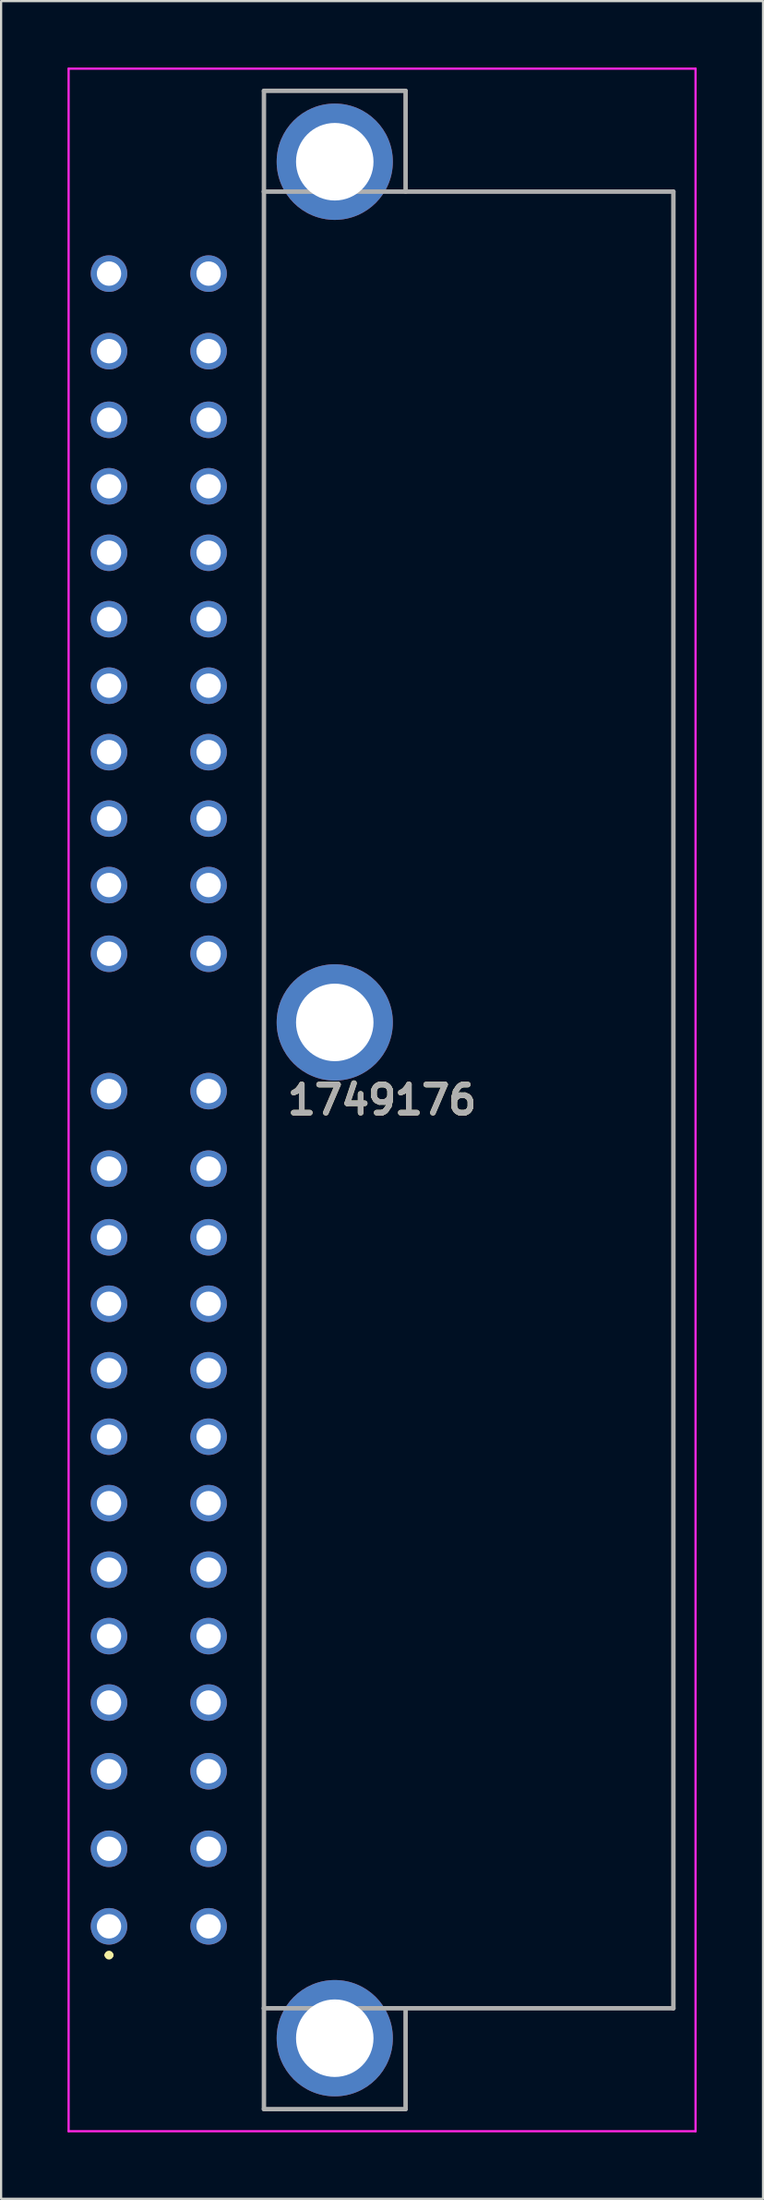
<source format=kicad_pcb>
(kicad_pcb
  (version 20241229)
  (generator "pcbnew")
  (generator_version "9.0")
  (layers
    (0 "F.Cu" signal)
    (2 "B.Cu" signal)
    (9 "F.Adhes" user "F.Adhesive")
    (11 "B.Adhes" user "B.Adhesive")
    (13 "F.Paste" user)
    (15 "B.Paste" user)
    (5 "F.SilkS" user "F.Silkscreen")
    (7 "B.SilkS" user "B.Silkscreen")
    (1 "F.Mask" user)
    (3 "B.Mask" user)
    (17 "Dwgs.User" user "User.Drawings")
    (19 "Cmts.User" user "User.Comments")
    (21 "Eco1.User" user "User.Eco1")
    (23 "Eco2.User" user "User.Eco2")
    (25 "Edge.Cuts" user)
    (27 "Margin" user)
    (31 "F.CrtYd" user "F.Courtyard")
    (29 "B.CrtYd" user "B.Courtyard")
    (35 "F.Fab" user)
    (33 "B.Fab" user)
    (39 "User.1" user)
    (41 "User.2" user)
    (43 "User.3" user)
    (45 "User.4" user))
  (footprint "1749176"
    (layer "F.Cu")
    (at 1.875 83.9)
    (property "Reference" "1749176" (at 12.337 -37.3 0) (layer "F.SilkS") (effects (font (size 1.27 1.27) (thickness 0.254))))
    (attr through_hole)
    (fp_line (start -0.1 1.3) (end -0.1 1.3) (stroke (width 0.2) (type solid)) (layer "F.SilkS"))
    (fp_line (start 0.1 1.3) (end 0.1 1.3) (stroke (width 0.2) (type solid)) (layer "F.SilkS"))
    (fp_line (start 7 -82.85) (end 7 8.25) (stroke (width 0.1) (type solid)) (layer "F.SilkS"))
    (fp_line (start 7 8.25) (end 13.4 8.25) (stroke (width 0.1) (type solid)) (layer "F.SilkS"))
    (fp_line (start 13.4 -82.85) (end 7 -82.85) (stroke (width 0.1) (type solid)) (layer "F.SilkS"))
    (fp_line (start 13.4 -78.3) (end 13.4 -82.85) (stroke (width 0.1) (type solid)) (layer "F.SilkS"))
    (fp_line (start 13.4 3.7) (end 25 3.7) (stroke (width 0.1) (type solid)) (layer "F.SilkS"))
    (fp_line (start 13.4 8.25) (end 13.4 3.7) (stroke (width 0.1) (type solid)) (layer "F.SilkS"))
    (fp_line (start 25 3.7) (end 25.5 3.7) (stroke (width 0.1) (type solid)) (layer "F.SilkS"))
    (fp_line (start 25.5 -78.3) (end 13.4 -78.3) (stroke (width 0.1) (type solid)) (layer "F.SilkS"))
    (fp_line (start 25.5 3.7) (end 25.5 -78.3) (stroke (width 0.1) (type solid)) (layer "F.SilkS"))
    (fp_arc (start -0.1 1.3) (mid 0 1.2) (end 0.1 1.3) (stroke (width 0.2) (type solid)) (layer "F.SilkS"))
    (fp_arc (start 0.1 1.3) (mid 0 1.4) (end -0.1 1.3) (stroke (width 0.2) (type solid)) (layer "F.SilkS"))
    (fp_line (start -1.825 -83.85) (end 26.5 -83.85) (stroke (width 0.1) (type solid)) (layer "F.CrtYd"))
    (fp_line (start -1.825 9.25) (end -1.825 -83.85) (stroke (width 0.1) (type solid)) (layer "F.CrtYd"))
    (fp_line (start 26.5 -83.85) (end 26.5 9.25) (stroke (width 0.1) (type solid)) (layer "F.CrtYd"))
    (fp_line (start 26.5 9.25) (end -1.825 9.25) (stroke (width 0.1) (type solid)) (layer "F.CrtYd"))
    (fp_line (start 7 -82.85) (end 13.4 -82.85) (stroke (width 0.2) (type solid)) (layer "F.Fab"))
    (fp_line (start 7 -78.3) (end 7 -82.85) (stroke (width 0.2) (type solid)) (layer "F.Fab"))
    (fp_line (start 7 -78.3) (end 25.5 -78.3) (stroke (width 0.2) (type solid)) (layer "F.Fab"))
    (fp_line (start 7 3.7) (end 7 -78.3) (stroke (width 0.2) (type solid)) (layer "F.Fab"))
    (fp_line (start 7 3.7) (end 7 8.25) (stroke (width 0.2) (type solid)) (layer "F.Fab"))
    (fp_line (start 7 8.25) (end 13.4 8.25) (stroke (width 0.2) (type solid)) (layer "F.Fab"))
    (fp_line (start 13.4 -82.85) (end 13.4 -78.3) (stroke (width 0.2) (type solid)) (layer "F.Fab"))
    (fp_line (start 13.4 8.25) (end 13.4 3.7) (stroke (width 0.2) (type solid)) (layer "F.Fab"))
    (fp_line (start 25.5 -78.3) (end 25.5 3.7) (stroke (width 0.2) (type solid)) (layer "F.Fab"))
    (fp_line (start 25.5 3.7) (end 7 3.7) (stroke (width 0.2) (type solid)) (layer "F.Fab"))
    (fp_text user "${REFERENCE}" (at 12.337 -37.3 0) (layer "F.Fab") (effects (font (size 1.27 1.27) (thickness 0.254))))
    (pad "1" thru_hole circle (at 0 0) (size 1.65 1.65) (drill 1.1) (layers "*.Cu" "*.Mask"))
    (pad "2" thru_hole circle (at 0 -3.5) (size 1.65 1.65) (drill 1.1) (layers "*.Cu" "*.Mask"))
    (pad "3" thru_hole circle (at 0 -7) (size 1.65 1.65) (drill 1.1) (layers "*.Cu" "*.Mask"))
    (pad "4" thru_hole circle (at 0 -34.2) (size 1.65 1.65) (drill 1.1) (layers "*.Cu" "*.Mask"))
    (pad "5" thru_hole circle (at 0 -37.7) (size 1.65 1.65) (drill 1.1) (layers "*.Cu" "*.Mask"))
    (pad "6" thru_hole circle (at 4.5 0) (size 1.65 1.65) (drill 1.1) (layers "*.Cu" "*.Mask"))
    (pad "7" thru_hole circle (at 4.5 -3.5) (size 1.65 1.65) (drill 1.1) (layers "*.Cu" "*.Mask"))
    (pad "8" thru_hole circle (at 4.5 -7) (size 1.65 1.65) (drill 1.1) (layers "*.Cu" "*.Mask"))
    (pad "9" thru_hole circle (at 4.5 -34.2) (size 1.65 1.65) (drill 1.1) (layers "*.Cu" "*.Mask"))
    (pad "10" thru_hole circle (at 4.5 -37.7) (size 1.65 1.65) (drill 1.1) (layers "*.Cu" "*.Mask"))
    (pad "11" thru_hole circle (at 0 -43.9) (size 1.65 1.65) (drill 1.1) (layers "*.Cu" "*.Mask"))
    (pad "12" thru_hole circle (at 0 -71.1) (size 1.65 1.65) (drill 1.1) (layers "*.Cu" "*.Mask"))
    (pad "13" thru_hole circle (at 0 -74.6) (size 1.65 1.65) (drill 1.1) (layers "*.Cu" "*.Mask"))
    (pad "14" thru_hole circle (at 4.5 -43.9) (size 1.65 1.65) (drill 1.1) (layers "*.Cu" "*.Mask"))
    (pad "15" thru_hole circle (at 4.5 -71.1) (size 1.65 1.65) (drill 1.1) (layers "*.Cu" "*.Mask"))
    (pad "16" thru_hole circle (at 4.5 -74.6) (size 1.65 1.65) (drill 1.1) (layers "*.Cu" "*.Mask"))
    (pad "17" thru_hole circle (at 0 -10.1) (size 1.65 1.65) (drill 1.1) (layers "*.Cu" "*.Mask"))
    (pad "18" thru_hole circle (at 0 -13.1) (size 1.65 1.65) (drill 1.1) (layers "*.Cu" "*.Mask"))
    (pad "19" thru_hole circle (at 0 -16.1) (size 1.65 1.65) (drill 1.1) (layers "*.Cu" "*.Mask"))
    (pad "20" thru_hole circle (at 0 -19.1) (size 1.65 1.65) (drill 1.1) (layers "*.Cu" "*.Mask"))
    (pad "21" thru_hole circle (at 0 -22.1) (size 1.65 1.65) (drill 1.1) (layers "*.Cu" "*.Mask"))
    (pad "22" thru_hole circle (at 0 -25.1) (size 1.65 1.65) (drill 1.1) (layers "*.Cu" "*.Mask"))
    (pad "23" thru_hole circle (at 0 -28.1) (size 1.65 1.65) (drill 1.1) (layers "*.Cu" "*.Mask"))
    (pad "24" thru_hole circle (at 0 -31.1) (size 1.65 1.65) (drill 1.1) (layers "*.Cu" "*.Mask"))
    (pad "25" thru_hole circle (at 4.5 -10.1) (size 1.65 1.65) (drill 1.1) (layers "*.Cu" "*.Mask"))
    (pad "26" thru_hole circle (at 4.5 -13.1) (size 1.65 1.65) (drill 1.1) (layers "*.Cu" "*.Mask"))
    (pad "27" thru_hole circle (at 4.5 -16.1) (size 1.65 1.65) (drill 1.1) (layers "*.Cu" "*.Mask"))
    (pad "28" thru_hole circle (at 4.5 -19.1) (size 1.65 1.65) (drill 1.1) (layers "*.Cu" "*.Mask"))
    (pad "29" thru_hole circle (at 4.5 -22.1) (size 1.65 1.65) (drill 1.1) (layers "*.Cu" "*.Mask"))
    (pad "30" thru_hole circle (at 4.5 -25.1) (size 1.65 1.65) (drill 1.1) (layers "*.Cu" "*.Mask"))
    (pad "31" thru_hole circle (at 4.5 -28.1) (size 1.65 1.65) (drill 1.1) (layers "*.Cu" "*.Mask"))
    (pad "32" thru_hole circle (at 4.5 -31.1) (size 1.65 1.65) (drill 1.1) (layers "*.Cu" "*.Mask"))
    (pad "33" thru_hole circle (at 0 -47) (size 1.65 1.65) (drill 1.1) (layers "*.Cu" "*.Mask"))
    (pad "34" thru_hole circle (at 0 -50) (size 1.65 1.65) (drill 1.1) (layers "*.Cu" "*.Mask"))
    (pad "35" thru_hole circle (at 0 -53) (size 1.65 1.65) (drill 1.1) (layers "*.Cu" "*.Mask"))
    (pad "36" thru_hole circle (at 0 -56) (size 1.65 1.65) (drill 1.1) (layers "*.Cu" "*.Mask"))
    (pad "37" thru_hole circle (at 0 -59) (size 1.65 1.65) (drill 1.1) (layers "*.Cu" "*.Mask"))
    (pad "38" thru_hole circle (at 0 -62) (size 1.65 1.65) (drill 1.1) (layers "*.Cu" "*.Mask"))
    (pad "39" thru_hole circle (at 0 -65) (size 1.65 1.65) (drill 1.1) (layers "*.Cu" "*.Mask"))
    (pad "40" thru_hole circle (at 0 -68) (size 1.65 1.65) (drill 1.1) (layers "*.Cu" "*.Mask"))
    (pad "41" thru_hole circle (at 4.5 -47) (size 1.65 1.65) (drill 1.1) (layers "*.Cu" "*.Mask"))
    (pad "42" thru_hole circle (at 4.5 -50) (size 1.65 1.65) (drill 1.1) (layers "*.Cu" "*.Mask"))
    (pad "43" thru_hole circle (at 4.5 -53) (size 1.65 1.65) (drill 1.1) (layers "*.Cu" "*.Mask"))
    (pad "44" thru_hole circle (at 4.5 -56) (size 1.65 1.65) (drill 1.1) (layers "*.Cu" "*.Mask"))
    (pad "45" thru_hole circle (at 4.5 -59) (size 1.65 1.65) (drill 1.1) (layers "*.Cu" "*.Mask"))
    (pad "46" thru_hole circle (at 4.5 -62) (size 1.65 1.65) (drill 1.1) (layers "*.Cu" "*.Mask"))
    (pad "47" thru_hole circle (at 4.5 -65) (size 1.65 1.65) (drill 1.1) (layers "*.Cu" "*.Mask"))
    (pad "48" thru_hole circle (at 4.5 -68) (size 1.65 1.65) (drill 1.1) (layers "*.Cu" "*.Mask"))
    (pad "MH1" thru_hole circle (at 10.2 -79.65) (size 5.25 5.25) (drill 3.5) (layers "*.Cu" "*.Mask"))
    (pad "MH2" thru_hole circle (at 10.2 -40.8) (size 5.25 5.25) (drill 3.5) (layers "*.Cu" "*.Mask"))
    (pad "MH3" thru_hole circle (at 10.2 5.05) (size 5.25 5.25) (drill 3.5) (layers "*.Cu" "*.Mask")))
  (gr_rect
    (start -3 -3)
    (end 31.425 96.2)
    (stroke (width 0.1) (type default))
    (fill no)
    (layer "Edge.Cuts")))
</source>
